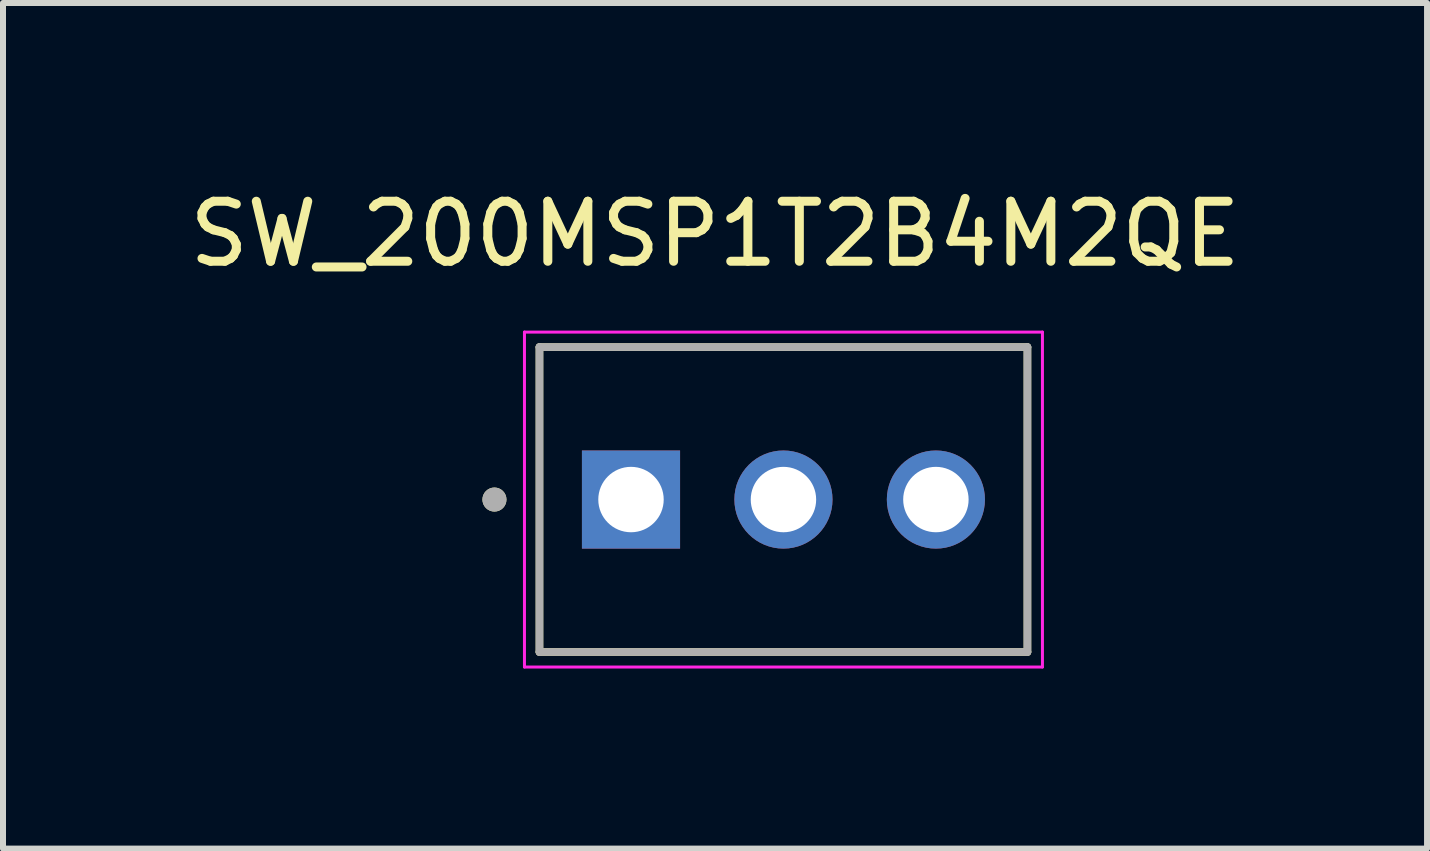
<source format=kicad_pcb>
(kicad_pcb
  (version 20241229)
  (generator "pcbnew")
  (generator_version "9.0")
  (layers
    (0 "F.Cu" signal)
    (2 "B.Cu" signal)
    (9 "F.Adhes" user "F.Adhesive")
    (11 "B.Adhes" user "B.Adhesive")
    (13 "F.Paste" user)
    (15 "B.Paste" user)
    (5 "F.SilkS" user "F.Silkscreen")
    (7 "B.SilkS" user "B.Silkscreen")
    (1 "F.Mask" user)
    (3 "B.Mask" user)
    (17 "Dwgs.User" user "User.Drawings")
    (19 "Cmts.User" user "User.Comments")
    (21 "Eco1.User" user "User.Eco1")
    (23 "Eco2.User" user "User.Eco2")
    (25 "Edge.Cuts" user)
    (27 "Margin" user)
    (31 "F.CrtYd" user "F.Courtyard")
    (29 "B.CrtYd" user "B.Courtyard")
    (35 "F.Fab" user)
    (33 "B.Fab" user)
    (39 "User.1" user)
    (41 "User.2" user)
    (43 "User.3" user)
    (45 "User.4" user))
  (footprint "SW_200MSP1T2B4M2QE"
    (layer "F.Cu")
    (at 10.003 5.273)
    (property "Reference" "SW_200MSP1T2B4M2QE" (at -1.14 -4.425 0) (layer "F.SilkS") (effects (font (size 1 1) (thickness 0.15))))
    (attr through_hole)
    (fp_line (start -4.065 -2.54) (end 4.065 -2.54) (stroke (width 0.127) (type solid)) (layer "F.SilkS"))
    (fp_line (start -4.065 2.54) (end -4.065 -2.54) (stroke (width 0.127) (type solid)) (layer "F.SilkS"))
    (fp_line (start 4.065 2.54) (end -4.065 2.54) (stroke (width 0.127) (type solid)) (layer "F.SilkS"))
    (fp_line (start 4.065 2.54) (end 4.065 -2.54) (stroke (width 0.127) (type solid)) (layer "F.SilkS"))
    (fp_circle (center -4.815 0) (end -4.715 0) (stroke (width 0.2) (type solid)) (fill no) (layer "F.SilkS"))
    (fp_line (start -4.315 -2.79) (end -4.315 2.79) (stroke (width 0.05) (type solid)) (layer "F.CrtYd"))
    (fp_line (start -4.315 2.79) (end 4.315 2.79) (stroke (width 0.05) (type solid)) (layer "F.CrtYd"))
    (fp_line (start 4.315 -2.79) (end -4.315 -2.79) (stroke (width 0.05) (type solid)) (layer "F.CrtYd"))
    (fp_line (start 4.315 2.79) (end 4.315 -2.79) (stroke (width 0.05) (type solid)) (layer "F.CrtYd"))
    (fp_line (start -4.065 -2.54) (end 4.065 -2.54) (stroke (width 0.127) (type solid)) (layer "F.Fab"))
    (fp_line (start -4.065 2.54) (end -4.065 -2.54) (stroke (width 0.127) (type solid)) (layer "F.Fab"))
    (fp_line (start 4.065 -2.54) (end 4.065 2.54) (stroke (width 0.127) (type solid)) (layer "F.Fab"))
    (fp_line (start 4.065 2.54) (end -4.065 2.54) (stroke (width 0.127) (type solid)) (layer "F.Fab"))
    (fp_circle (center -4.815 0) (end -4.715 0) (stroke (width 0.2) (type solid)) (fill no) (layer "F.Fab"))
    (pad "1" thru_hole rect (at -2.54 0) (size 1.635 1.635) (drill 1.09) (layers "*.Cu" "*.Mask"))
    (pad "2" thru_hole circle (at 0 0) (size 1.635 1.635) (drill 1.09) (layers "*.Cu" "*.Mask"))
    (pad "3" thru_hole circle (at 2.54 0) (size 1.635 1.635) (drill 1.09) (layers "*.Cu" "*.Mask")))
  (gr_rect
    (start -3 -3)
    (end 20.726 11.088)
    (stroke (width 0.1) (type default))
    (fill no)
    (layer "Edge.Cuts")))
</source>
